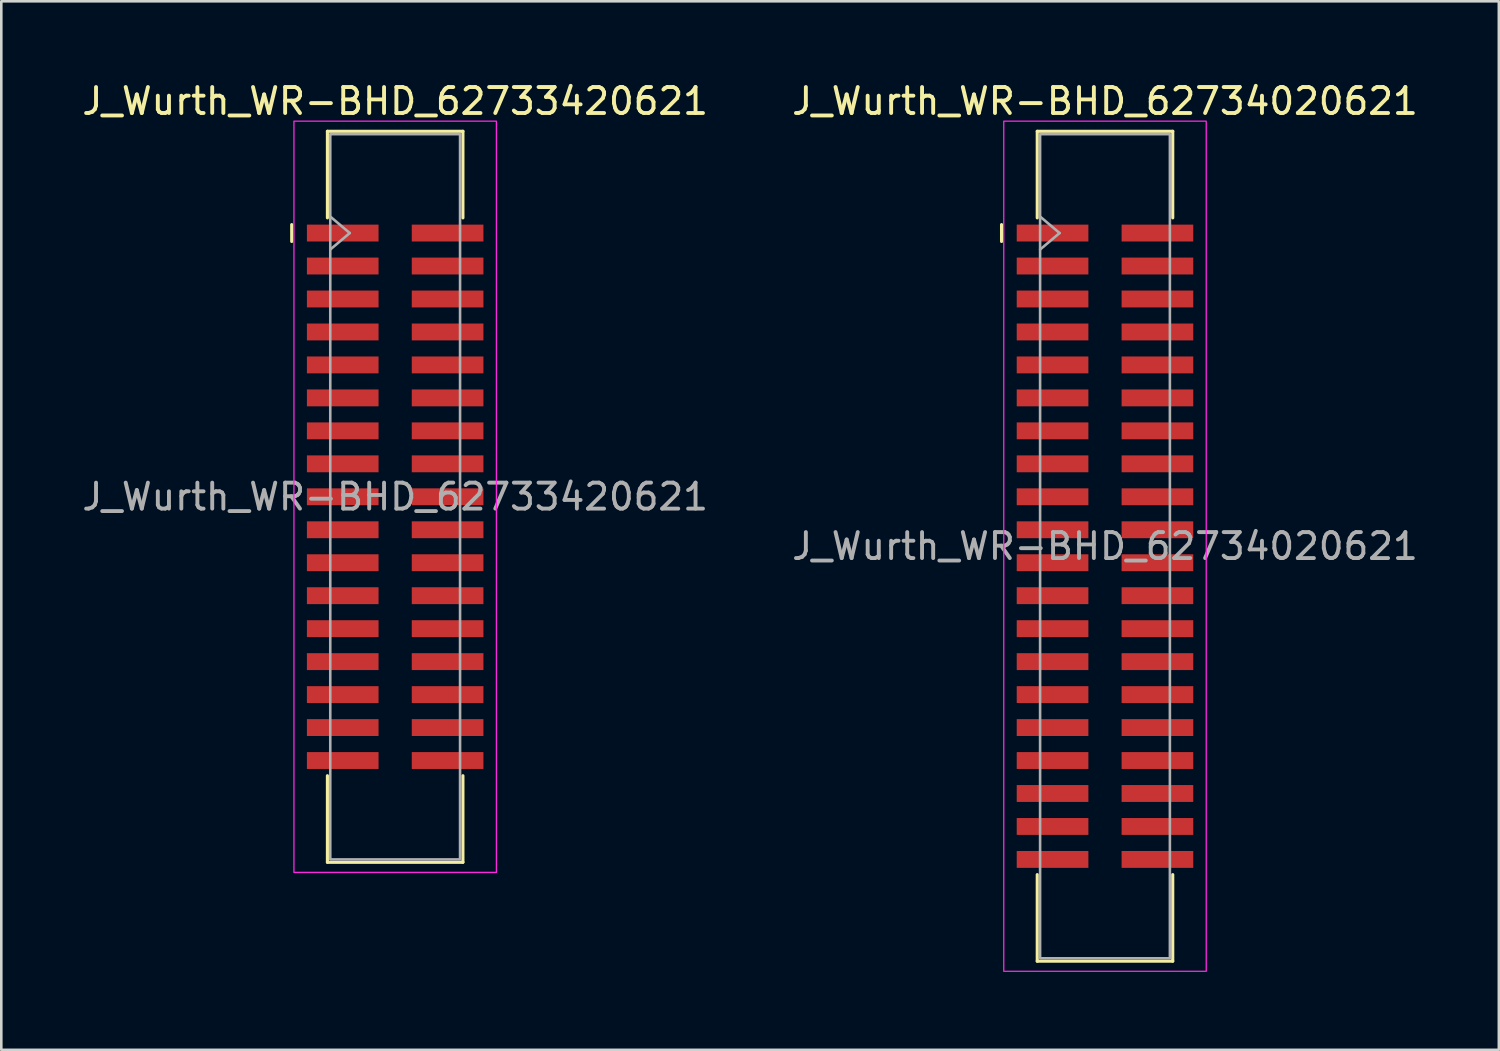
<source format=kicad_pcb>
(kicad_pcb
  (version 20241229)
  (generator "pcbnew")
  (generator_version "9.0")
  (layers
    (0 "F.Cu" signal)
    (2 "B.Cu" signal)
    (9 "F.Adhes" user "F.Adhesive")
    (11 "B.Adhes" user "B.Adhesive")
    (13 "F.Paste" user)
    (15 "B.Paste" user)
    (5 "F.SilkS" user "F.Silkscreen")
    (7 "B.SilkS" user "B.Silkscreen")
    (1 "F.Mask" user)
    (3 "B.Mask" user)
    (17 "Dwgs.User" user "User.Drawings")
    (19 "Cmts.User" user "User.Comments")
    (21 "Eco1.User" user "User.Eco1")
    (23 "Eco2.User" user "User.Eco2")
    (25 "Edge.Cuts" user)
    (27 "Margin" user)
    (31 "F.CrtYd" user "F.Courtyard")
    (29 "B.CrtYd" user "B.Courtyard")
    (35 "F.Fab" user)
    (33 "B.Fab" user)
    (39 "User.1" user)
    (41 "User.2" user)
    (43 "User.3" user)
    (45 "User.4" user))
  (footprint "J_Wurth_WR-BHD_62733420621"
    (layer "F.Cu")
    (at 12.173 16.088)
    (property "Reference" "J_Wurth_WR-BHD_62733420621" (at 0 -15.24 0) (unlocked yes) (layer "F.SilkS") (effects (font (size 1 1) (thickness 0.15))))
    (attr smd)
    (fp_line (start -3.985 -10.485) (end -3.985 -9.835) (stroke (width 0.12) (type solid)) (layer "F.SilkS"))
    (fp_line (start -2.61 -14.08) (end 2.61 -14.08) (stroke (width 0.12) (type default)) (layer "F.SilkS"))
    (fp_line (start -2.61 -10.745) (end -2.61 -14.08) (stroke (width 0.12) (type solid)) (layer "F.SilkS"))
    (fp_line (start -2.61 14.08) (end -2.61 10.745) (stroke (width 0.12) (type solid)) (layer "F.SilkS"))
    (fp_line (start 2.61 -10.745) (end 2.61 -14.08) (stroke (width 0.12) (type solid)) (layer "F.SilkS"))
    (fp_line (start 2.61 10.745) (end 2.61 14.08) (stroke (width 0.12) (type solid)) (layer "F.SilkS"))
    (fp_line (start 2.61 14.08) (end -2.61 14.08) (stroke (width 0.12) (type default)) (layer "F.SilkS"))
    (fp_rect (start -3.9 -14.47) (end 3.9 14.47) (stroke (width 0.05) (type solid)) (fill no) (layer "F.CrtYd"))
    (fp_line (start -1.75 -10.16) (end -2.5 -10.795) (stroke (width 0.1) (type solid)) (layer "F.Fab"))
    (fp_line (start -1.75 -10.16) (end -2.5 -9.525) (stroke (width 0.1) (type solid)) (layer "F.Fab"))
    (fp_rect (start -2.5 -13.97) (end 2.5 13.97) (stroke (width 0.1) (type solid)) (fill no) (layer "F.Fab"))
    (fp_text user "${REFERENCE}" (at 0 0 0) (unlocked yes) (layer "F.Fab") (effects (font (size 1 1) (thickness 0.15))))
    (pad "1" smd rect (at -2.02 -10.16 270) (size 0.65 2.76) (layers "F.Cu" "F.Mask" "F.Paste"))
    (pad "2" smd rect (at 2.02 -10.16 270) (size 0.65 2.76) (layers "F.Cu" "F.Mask" "F.Paste"))
    (pad "3" smd rect (at -2.02 -8.89 270) (size 0.65 2.76) (layers "F.Cu" "F.Mask" "F.Paste"))
    (pad "4" smd rect (at 2.02 -8.89 270) (size 0.65 2.76) (layers "F.Cu" "F.Mask" "F.Paste"))
    (pad "5" smd rect (at -2.02 -7.62 270) (size 0.65 2.76) (layers "F.Cu" "F.Mask" "F.Paste"))
    (pad "6" smd rect (at 2.02 -7.62 270) (size 0.65 2.76) (layers "F.Cu" "F.Mask" "F.Paste"))
    (pad "7" smd rect (at -2.02 -6.35 270) (size 0.65 2.76) (layers "F.Cu" "F.Mask" "F.Paste"))
    (pad "8" smd rect (at 2.02 -6.35 270) (size 0.65 2.76) (layers "F.Cu" "F.Mask" "F.Paste"))
    (pad "9" smd rect (at -2.02 -5.08 270) (size 0.65 2.76) (layers "F.Cu" "F.Mask" "F.Paste"))
    (pad "10" smd rect (at 2.02 -5.08 270) (size 0.65 2.76) (layers "F.Cu" "F.Mask" "F.Paste"))
    (pad "11" smd rect (at -2.02 -3.81 270) (size 0.65 2.76) (layers "F.Cu" "F.Mask" "F.Paste"))
    (pad "12" smd rect (at 2.02 -3.81 270) (size 0.65 2.76) (layers "F.Cu" "F.Mask" "F.Paste"))
    (pad "13" smd rect (at -2.02 -2.54 270) (size 0.65 2.76) (layers "F.Cu" "F.Mask" "F.Paste"))
    (pad "14" smd rect (at 2.02 -2.54 270) (size 0.65 2.76) (layers "F.Cu" "F.Mask" "F.Paste"))
    (pad "15" smd rect (at -2.02 -1.27 270) (size 0.65 2.76) (layers "F.Cu" "F.Mask" "F.Paste"))
    (pad "16" smd rect (at 2.02 -1.27 270) (size 0.65 2.76) (layers "F.Cu" "F.Mask" "F.Paste"))
    (pad "17" smd rect (at -2.02 0 270) (size 0.65 2.76) (layers "F.Cu" "F.Mask" "F.Paste"))
    (pad "18" smd rect (at 2.02 0 270) (size 0.65 2.76) (layers "F.Cu" "F.Mask" "F.Paste"))
    (pad "19" smd rect (at -2.02 1.27 270) (size 0.65 2.76) (layers "F.Cu" "F.Mask" "F.Paste"))
    (pad "20" smd rect (at 2.02 1.27 270) (size 0.65 2.76) (layers "F.Cu" "F.Mask" "F.Paste"))
    (pad "21" smd rect (at -2.02 2.54 270) (size 0.65 2.76) (layers "F.Cu" "F.Mask" "F.Paste"))
    (pad "22" smd rect (at 2.02 2.54 270) (size 0.65 2.76) (layers "F.Cu" "F.Mask" "F.Paste"))
    (pad "23" smd rect (at -2.02 3.81 270) (size 0.65 2.76) (layers "F.Cu" "F.Mask" "F.Paste"))
    (pad "24" smd rect (at 2.02 3.81 270) (size 0.65 2.76) (layers "F.Cu" "F.Mask" "F.Paste"))
    (pad "25" smd rect (at -2.02 5.08 270) (size 0.65 2.76) (layers "F.Cu" "F.Mask" "F.Paste"))
    (pad "26" smd rect (at 2.02 5.08 270) (size 0.65 2.76) (layers "F.Cu" "F.Mask" "F.Paste"))
    (pad "27" smd rect (at -2.02 6.35 270) (size 0.65 2.76) (layers "F.Cu" "F.Mask" "F.Paste"))
    (pad "28" smd rect (at 2.02 6.35 270) (size 0.65 2.76) (layers "F.Cu" "F.Mask" "F.Paste"))
    (pad "29" smd rect (at -2.02 7.62 270) (size 0.65 2.76) (layers "F.Cu" "F.Mask" "F.Paste"))
    (pad "30" smd rect (at 2.02 7.62 270) (size 0.65 2.76) (layers "F.Cu" "F.Mask" "F.Paste"))
    (pad "31" smd rect (at -2.02 8.89 270) (size 0.65 2.76) (layers "F.Cu" "F.Mask" "F.Paste"))
    (pad "32" smd rect (at 2.02 8.89 270) (size 0.65 2.76) (layers "F.Cu" "F.Mask" "F.Paste"))
    (pad "33" smd rect (at -2.02 10.16 270) (size 0.65 2.76) (layers "F.Cu" "F.Mask" "F.Paste"))
    (pad "34" smd rect (at 2.02 10.16 270) (size 0.65 2.76) (layers "F.Cu" "F.Mask" "F.Paste")))
  (footprint "J_Wurth_WR-BHD_62734020621"
    (layer "F.Cu")
    (at 39.518 17.993)
    (property "Reference" "J_Wurth_WR-BHD_62734020621" (at 0 -17.145 0) (unlocked yes) (layer "F.SilkS") (effects (font (size 1 1) (thickness 0.15))))
    (attr smd)
    (fp_line (start -3.985 -12.39) (end -3.985 -11.74) (stroke (width 0.12) (type solid)) (layer "F.SilkS"))
    (fp_line (start -2.61 -15.985) (end 2.61 -15.985) (stroke (width 0.12) (type default)) (layer "F.SilkS"))
    (fp_line (start -2.61 -12.65) (end -2.61 -15.985) (stroke (width 0.12) (type solid)) (layer "F.SilkS"))
    (fp_line (start -2.61 15.985) (end -2.61 12.65) (stroke (width 0.12) (type solid)) (layer "F.SilkS"))
    (fp_line (start 2.61 -12.65) (end 2.61 -15.985) (stroke (width 0.12) (type solid)) (layer "F.SilkS"))
    (fp_line (start 2.61 12.65) (end 2.61 15.985) (stroke (width 0.12) (type solid)) (layer "F.SilkS"))
    (fp_line (start 2.61 15.985) (end -2.61 15.985) (stroke (width 0.12) (type default)) (layer "F.SilkS"))
    (fp_rect (start -3.9 -16.375) (end 3.9 16.375) (stroke (width 0.05) (type solid)) (fill no) (layer "F.CrtYd"))
    (fp_line (start -1.75 -12.065) (end -2.5 -12.7) (stroke (width 0.1) (type solid)) (layer "F.Fab"))
    (fp_line (start -1.75 -12.065) (end -2.5 -11.43) (stroke (width 0.1) (type solid)) (layer "F.Fab"))
    (fp_rect (start -2.5 -15.875) (end 2.5 15.875) (stroke (width 0.1) (type solid)) (fill no) (layer "F.Fab"))
    (fp_text user "${REFERENCE}" (at 0 0 0) (unlocked yes) (layer "F.Fab") (effects (font (size 1 1) (thickness 0.15))))
    (pad "1" smd rect (at -2.02 -12.065 270) (size 0.65 2.76) (layers "F.Cu" "F.Mask" "F.Paste"))
    (pad "2" smd rect (at 2.02 -12.065 270) (size 0.65 2.76) (layers "F.Cu" "F.Mask" "F.Paste"))
    (pad "3" smd rect (at -2.02 -10.795 270) (size 0.65 2.76) (layers "F.Cu" "F.Mask" "F.Paste"))
    (pad "4" smd rect (at 2.02 -10.795 270) (size 0.65 2.76) (layers "F.Cu" "F.Mask" "F.Paste"))
    (pad "5" smd rect (at -2.02 -9.525 270) (size 0.65 2.76) (layers "F.Cu" "F.Mask" "F.Paste"))
    (pad "6" smd rect (at 2.02 -9.525 270) (size 0.65 2.76) (layers "F.Cu" "F.Mask" "F.Paste"))
    (pad "7" smd rect (at -2.02 -8.255 270) (size 0.65 2.76) (layers "F.Cu" "F.Mask" "F.Paste"))
    (pad "8" smd rect (at 2.02 -8.255 270) (size 0.65 2.76) (layers "F.Cu" "F.Mask" "F.Paste"))
    (pad "9" smd rect (at -2.02 -6.985 270) (size 0.65 2.76) (layers "F.Cu" "F.Mask" "F.Paste"))
    (pad "10" smd rect (at 2.02 -6.985 270) (size 0.65 2.76) (layers "F.Cu" "F.Mask" "F.Paste"))
    (pad "11" smd rect (at -2.02 -5.715 270) (size 0.65 2.76) (layers "F.Cu" "F.Mask" "F.Paste"))
    (pad "12" smd rect (at 2.02 -5.715 270) (size 0.65 2.76) (layers "F.Cu" "F.Mask" "F.Paste"))
    (pad "13" smd rect (at -2.02 -4.445 270) (size 0.65 2.76) (layers "F.Cu" "F.Mask" "F.Paste"))
    (pad "14" smd rect (at 2.02 -4.445 270) (size 0.65 2.76) (layers "F.Cu" "F.Mask" "F.Paste"))
    (pad "15" smd rect (at -2.02 -3.175 270) (size 0.65 2.76) (layers "F.Cu" "F.Mask" "F.Paste"))
    (pad "16" smd rect (at 2.02 -3.175 270) (size 0.65 2.76) (layers "F.Cu" "F.Mask" "F.Paste"))
    (pad "17" smd rect (at -2.02 -1.905 270) (size 0.65 2.76) (layers "F.Cu" "F.Mask" "F.Paste"))
    (pad "18" smd rect (at 2.02 -1.905 270) (size 0.65 2.76) (layers "F.Cu" "F.Mask" "F.Paste"))
    (pad "19" smd rect (at -2.02 -0.635 270) (size 0.65 2.76) (layers "F.Cu" "F.Mask" "F.Paste"))
    (pad "20" smd rect (at 2.02 -0.635 270) (size 0.65 2.76) (layers "F.Cu" "F.Mask" "F.Paste"))
    (pad "21" smd rect (at -2.02 0.635 270) (size 0.65 2.76) (layers "F.Cu" "F.Mask" "F.Paste"))
    (pad "22" smd rect (at 2.02 0.635 270) (size 0.65 2.76) (layers "F.Cu" "F.Mask" "F.Paste"))
    (pad "23" smd rect (at -2.02 1.905 270) (size 0.65 2.76) (layers "F.Cu" "F.Mask" "F.Paste"))
    (pad "24" smd rect (at 2.02 1.905 270) (size 0.65 2.76) (layers "F.Cu" "F.Mask" "F.Paste"))
    (pad "25" smd rect (at -2.02 3.175 270) (size 0.65 2.76) (layers "F.Cu" "F.Mask" "F.Paste"))
    (pad "26" smd rect (at 2.02 3.175 270) (size 0.65 2.76) (layers "F.Cu" "F.Mask" "F.Paste"))
    (pad "27" smd rect (at -2.02 4.445 270) (size 0.65 2.76) (layers "F.Cu" "F.Mask" "F.Paste"))
    (pad "28" smd rect (at 2.02 4.445 270) (size 0.65 2.76) (layers "F.Cu" "F.Mask" "F.Paste"))
    (pad "29" smd rect (at -2.02 5.715 270) (size 0.65 2.76) (layers "F.Cu" "F.Mask" "F.Paste"))
    (pad "30" smd rect (at 2.02 5.715 270) (size 0.65 2.76) (layers "F.Cu" "F.Mask" "F.Paste"))
    (pad "31" smd rect (at -2.02 6.985 270) (size 0.65 2.76) (layers "F.Cu" "F.Mask" "F.Paste"))
    (pad "32" smd rect (at 2.02 6.985 270) (size 0.65 2.76) (layers "F.Cu" "F.Mask" "F.Paste"))
    (pad "33" smd rect (at -2.02 8.255 270) (size 0.65 2.76) (layers "F.Cu" "F.Mask" "F.Paste"))
    (pad "34" smd rect (at 2.02 8.255 270) (size 0.65 2.76) (layers "F.Cu" "F.Mask" "F.Paste"))
    (pad "35" smd rect (at -2.02 9.525 270) (size 0.65 2.76) (layers "F.Cu" "F.Mask" "F.Paste"))
    (pad "36" smd rect (at 2.02 9.525 270) (size 0.65 2.76) (layers "F.Cu" "F.Mask" "F.Paste"))
    (pad "37" smd rect (at -2.02 10.795 270) (size 0.65 2.76) (layers "F.Cu" "F.Mask" "F.Paste"))
    (pad "38" smd rect (at 2.02 10.795 270) (size 0.65 2.76) (layers "F.Cu" "F.Mask" "F.Paste"))
    (pad "39" smd rect (at -2.02 12.065 270) (size 0.65 2.76) (layers "F.Cu" "F.Mask" "F.Paste"))
    (pad "40" smd rect (at 2.02 12.065 270) (size 0.65 2.76) (layers "F.Cu" "F.Mask" "F.Paste")))
  (gr_rect
    (start -3 -3)
    (end 54.69 37.393)
    (stroke (width 0.1) (type default))
    (fill no)
    (layer "Edge.Cuts")))
</source>
